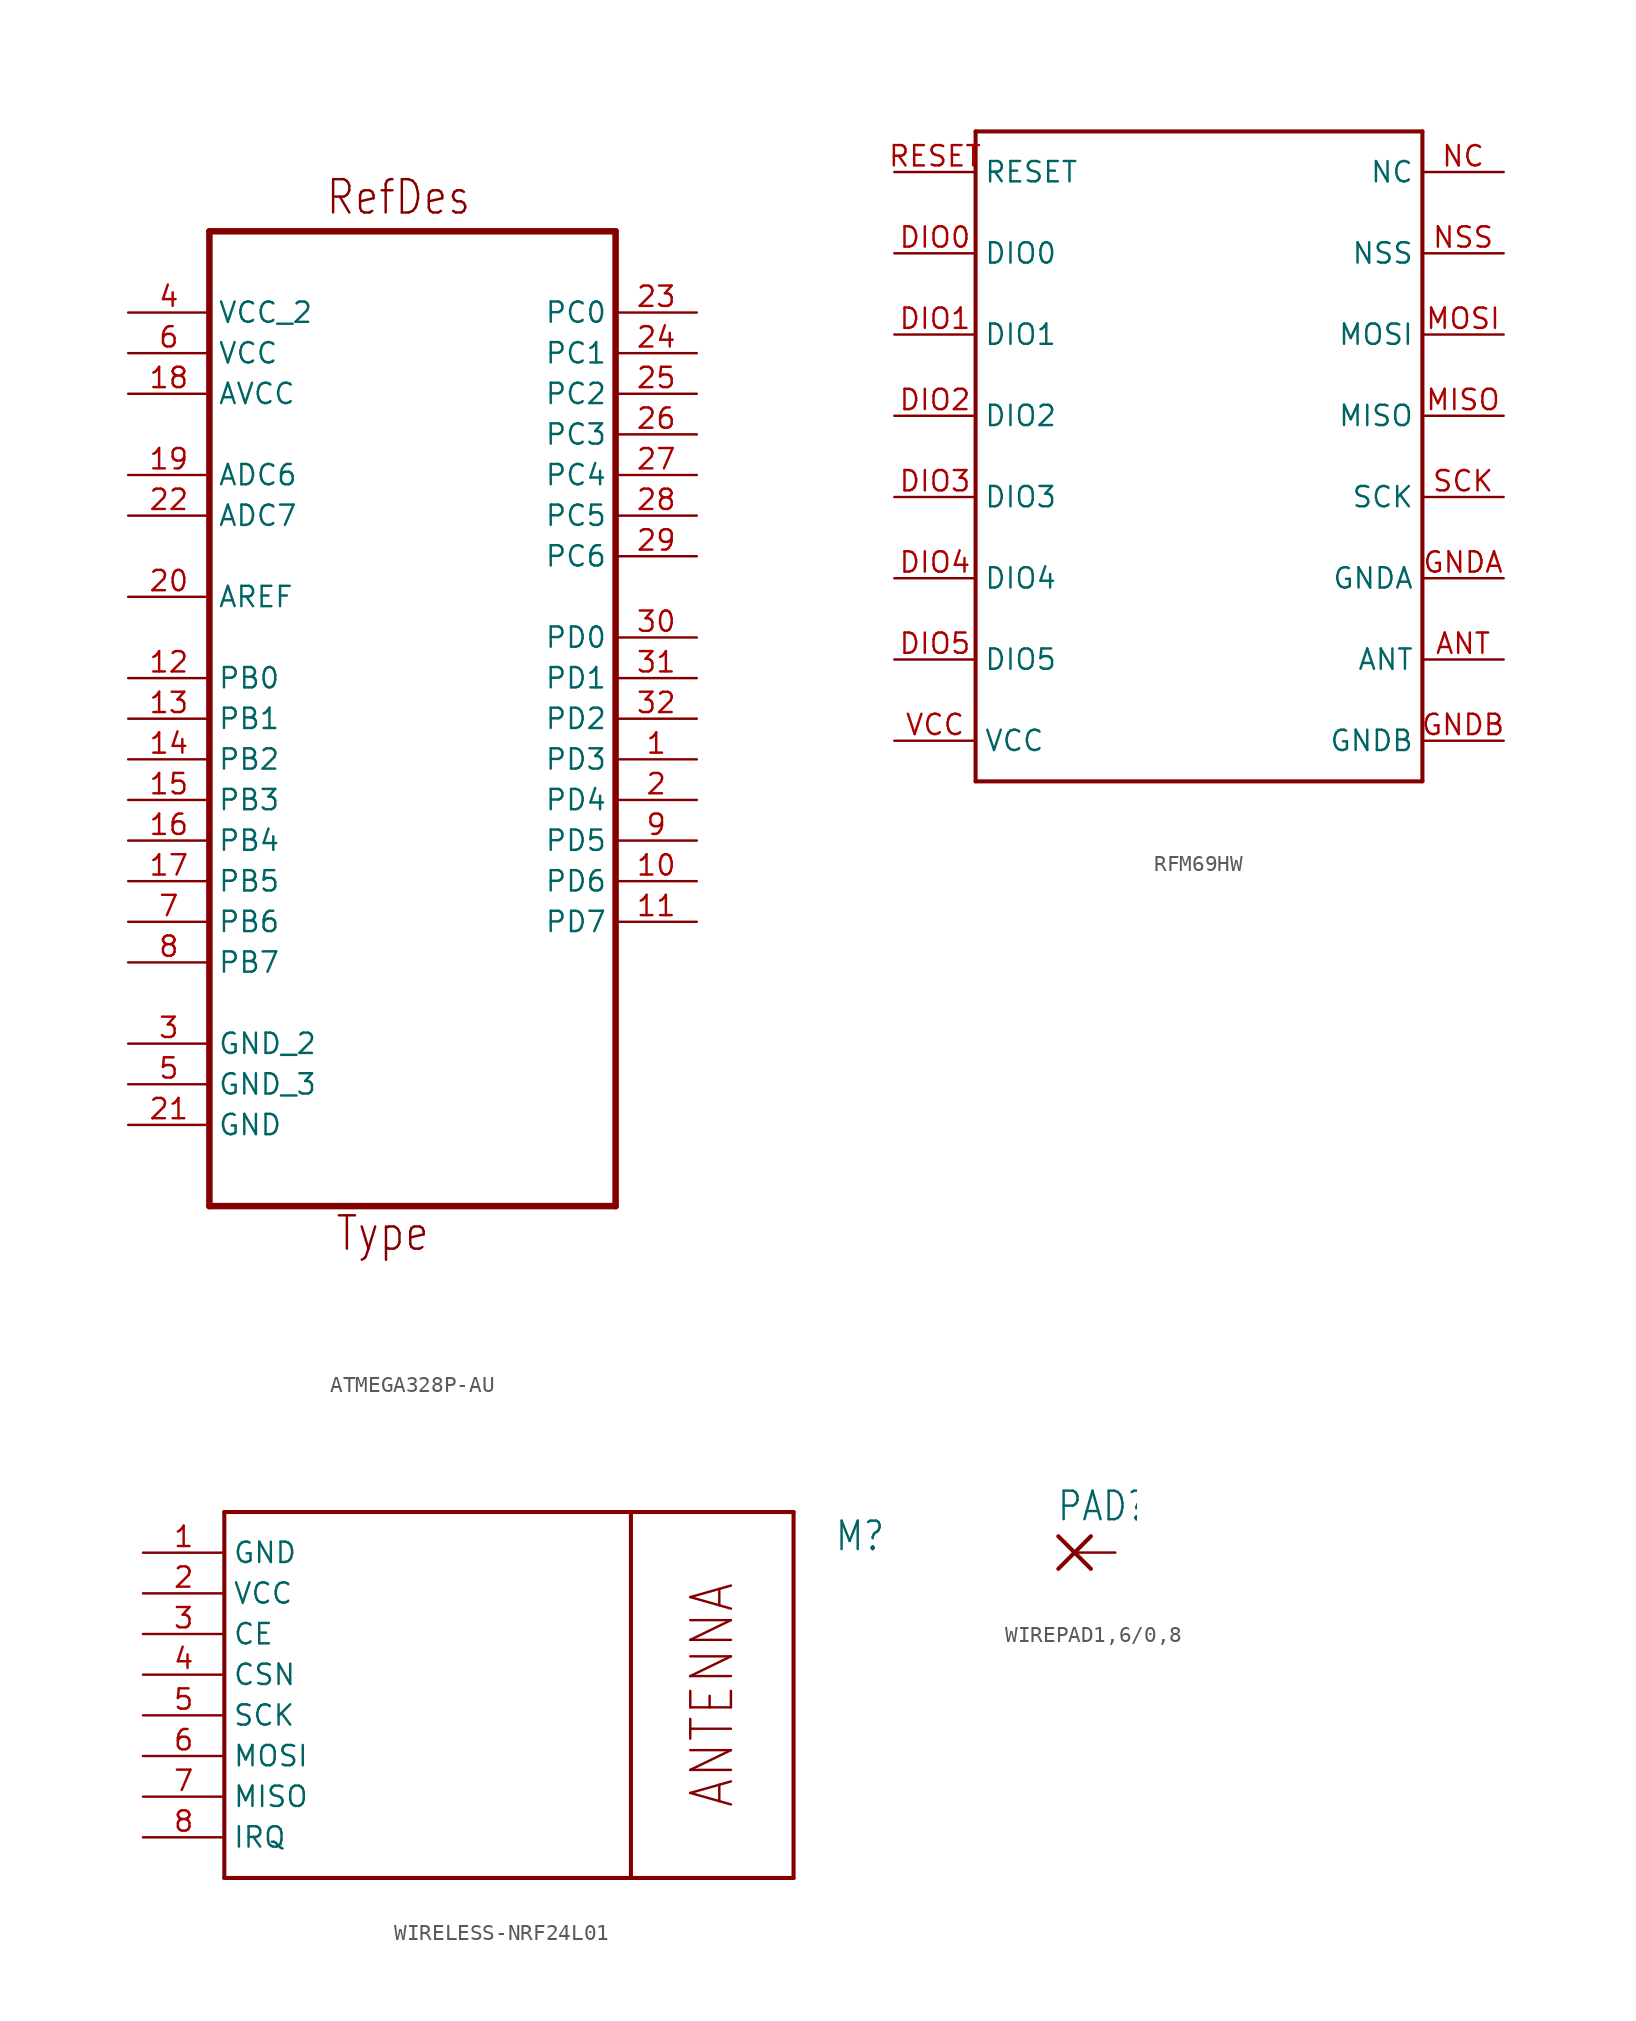
<source format=kicad_sym>
(kicad_symbol_lib
  (version 20220914)
  (generator kicad_symbol_editor)
  (symbol "ATMEGA328P-AU"
    (property "Reference" "U"
      (at 0 0 0)
      (effects (font (size 1.27 1.27)) hide))
    (property "ki_locked" ""
      (at 0 0 0)
      (effects (font (size 1.27 1.27))))
    (symbol "ATMEGA328P-AU_1_0"
      (polyline (pts (xy -12.7 -33.02) (xy 12.7 -33.02)) (stroke (width 0.406) (type solid)) (fill (type none)))
      (polyline (pts (xy -12.7 27.94) (xy -12.7 -33.02)) (stroke (width 0.406) (type solid)) (fill (type none)))
      (polyline (pts (xy 12.7 -33.02) (xy 12.7 27.94)) (stroke (width 0.406) (type solid)) (fill (type none)))
      (polyline (pts (xy 12.7 27.94) (xy -12.7 27.94)) (stroke (width 0.406) (type solid)) (fill (type none)))
      (text "RefDes" (at -5.486 28.854 0) (effects (font (size 2.083 1.77)) (justify left bottom)))
      (text "Type" (at -4.877 -35.941 0) (effects (font (size 2.083 1.77)) (justify left bottom)))
      (pin bidirectional line (at 17.78 -5.08 180) (length 5.08) (name "PD3" (effects (font (size 1.27 1.27)))) (number "1" (effects (font (size 1.27 1.27)))))
      (pin bidirectional line (at 17.78 -12.7 180) (length 5.08) (name "PD6" (effects (font (size 1.27 1.27)))) (number "10" (effects (font (size 1.27 1.27)))))
      (pin bidirectional line (at 17.78 -15.24 180) (length 5.08) (name "PD7" (effects (font (size 1.27 1.27)))) (number "11" (effects (font (size 1.27 1.27)))))
      (pin bidirectional line (at -17.78 0 0) (length 5.08) (name "PB0" (effects (font (size 1.27 1.27)))) (number "12" (effects (font (size 1.27 1.27)))))
      (pin bidirectional line (at -17.78 -2.54 0) (length 5.08) (name "PB1" (effects (font (size 1.27 1.27)))) (number "13" (effects (font (size 1.27 1.27)))))
      (pin bidirectional line (at -17.78 -5.08 0) (length 5.08) (name "PB2" (effects (font (size 1.27 1.27)))) (number "14" (effects (font (size 1.27 1.27)))))
      (pin bidirectional line (at -17.78 -7.62 0) (length 5.08) (name "PB3" (effects (font (size 1.27 1.27)))) (number "15" (effects (font (size 1.27 1.27)))))
      (pin bidirectional line (at -17.78 -10.16 0) (length 5.08) (name "PB4" (effects (font (size 1.27 1.27)))) (number "16" (effects (font (size 1.27 1.27)))))
      (pin bidirectional line (at -17.78 -12.7 0) (length 5.08) (name "PB5" (effects (font (size 1.27 1.27)))) (number "17" (effects (font (size 1.27 1.27)))))
      (pin power_in line (at -17.78 17.78 0) (length 5.08) (name "AVCC" (effects (font (size 1.27 1.27)))) (number "18" (effects (font (size 1.27 1.27)))))
      (pin input line (at -17.78 12.7 0) (length 5.08) (name "ADC6" (effects (font (size 1.27 1.27)))) (number "19" (effects (font (size 1.27 1.27)))))
      (pin bidirectional line (at 17.78 -7.62 180) (length 5.08) (name "PD4" (effects (font (size 1.27 1.27)))) (number "2" (effects (font (size 1.27 1.27)))))
      (pin input line (at -17.78 5.08 0) (length 5.08) (name "AREF" (effects (font (size 1.27 1.27)))) (number "20" (effects (font (size 1.27 1.27)))))
      (pin passive line (at -17.78 -27.94 0) (length 5.08) (name "GND" (effects (font (size 1.27 1.27)))) (number "21" (effects (font (size 1.27 1.27)))))
      (pin input line (at -17.78 10.16 0) (length 5.08) (name "ADC7" (effects (font (size 1.27 1.27)))) (number "22" (effects (font (size 1.27 1.27)))))
      (pin bidirectional line (at 17.78 22.86 180) (length 5.08) (name "PC0" (effects (font (size 1.27 1.27)))) (number "23" (effects (font (size 1.27 1.27)))))
      (pin bidirectional line (at 17.78 20.32 180) (length 5.08) (name "PC1" (effects (font (size 1.27 1.27)))) (number "24" (effects (font (size 1.27 1.27)))))
      (pin bidirectional line (at 17.78 17.78 180) (length 5.08) (name "PC2" (effects (font (size 1.27 1.27)))) (number "25" (effects (font (size 1.27 1.27)))))
      (pin bidirectional line (at 17.78 15.24 180) (length 5.08) (name "PC3" (effects (font (size 1.27 1.27)))) (number "26" (effects (font (size 1.27 1.27)))))
      (pin bidirectional line (at 17.78 12.7 180) (length 5.08) (name "PC4" (effects (font (size 1.27 1.27)))) (number "27" (effects (font (size 1.27 1.27)))))
      (pin bidirectional line (at 17.78 10.16 180) (length 5.08) (name "PC5" (effects (font (size 1.27 1.27)))) (number "28" (effects (font (size 1.27 1.27)))))
      (pin bidirectional line (at 17.78 7.62 180) (length 5.08) (name "PC6" (effects (font (size 1.27 1.27)))) (number "29" (effects (font (size 1.27 1.27)))))
      (pin passive line (at -17.78 -22.86 0) (length 5.08) (name "GND_2" (effects (font (size 1.27 1.27)))) (number "3" (effects (font (size 1.27 1.27)))))
      (pin bidirectional line (at 17.78 2.54 180) (length 5.08) (name "PD0" (effects (font (size 1.27 1.27)))) (number "30" (effects (font (size 1.27 1.27)))))
      (pin bidirectional line (at 17.78 0 180) (length 5.08) (name "PD1" (effects (font (size 1.27 1.27)))) (number "31" (effects (font (size 1.27 1.27)))))
      (pin bidirectional line (at 17.78 -2.54 180) (length 5.08) (name "PD2" (effects (font (size 1.27 1.27)))) (number "32" (effects (font (size 1.27 1.27)))))
      (pin power_in line (at -17.78 22.86 0) (length 5.08) (name "VCC_2" (effects (font (size 1.27 1.27)))) (number "4" (effects (font (size 1.27 1.27)))))
      (pin passive line (at -17.78 -25.4 0) (length 5.08) (name "GND_3" (effects (font (size 1.27 1.27)))) (number "5" (effects (font (size 1.27 1.27)))))
      (pin power_in line (at -17.78 20.32 0) (length 5.08) (name "VCC" (effects (font (size 1.27 1.27)))) (number "6" (effects (font (size 1.27 1.27)))))
      (pin bidirectional line (at -17.78 -15.24 0) (length 5.08) (name "PB6" (effects (font (size 1.27 1.27)))) (number "7" (effects (font (size 1.27 1.27)))))
      (pin bidirectional line (at -17.78 -17.78 0) (length 5.08) (name "PB7" (effects (font (size 1.27 1.27)))) (number "8" (effects (font (size 1.27 1.27)))))
      (pin bidirectional line (at 17.78 -10.16 180) (length 5.08) (name "PD5" (effects (font (size 1.27 1.27)))) (number "9" (effects (font (size 1.27 1.27)))))))
  (symbol "RFM69HW"
    (property "Reference" ""
      (at 0 0 0)
      (effects (font (size 1.27 1.27)) hide))
    (property "ki_locked" ""
      (at 0 0 0)
      (effects (font (size 1.27 1.27))))
    (symbol "RFM69HW_1_0"
      (polyline (pts (xy -15.24 -33.02) (xy 12.7 -33.02)) (stroke (width 0.254) (type solid)) (fill (type none)))
      (polyline (pts (xy -15.24 7.62) (xy -15.24 -33.02)) (stroke (width 0.254) (type solid)) (fill (type none)))
      (polyline (pts (xy 12.7 -33.02) (xy 12.7 7.62)) (stroke (width 0.254) (type solid)) (fill (type none)))
      (polyline (pts (xy 12.7 7.62) (xy -15.24 7.62)) (stroke (width 0.254) (type solid)) (fill (type none)))
      (pin bidirectional line (at 17.78 -25.4 180) (length 5.08) (name "ANT" (effects (font (size 1.27 1.27)))) (number "ANT" (effects (font (size 1.27 1.27)))))
      (pin bidirectional line (at -20.32 0 0) (length 5.08) (name "DIO0" (effects (font (size 1.27 1.27)))) (number "DIO0" (effects (font (size 1.27 1.27)))))
      (pin bidirectional line (at -20.32 -5.08 0) (length 5.08) (name "DIO1" (effects (font (size 1.27 1.27)))) (number "DIO1" (effects (font (size 1.27 1.27)))))
      (pin bidirectional line (at -20.32 -10.16 0) (length 5.08) (name "DIO2" (effects (font (size 1.27 1.27)))) (number "DIO2" (effects (font (size 1.27 1.27)))))
      (pin bidirectional line (at -20.32 -15.24 0) (length 5.08) (name "DIO3" (effects (font (size 1.27 1.27)))) (number "DIO3" (effects (font (size 1.27 1.27)))))
      (pin bidirectional line (at -20.32 -20.32 0) (length 5.08) (name "DIO4" (effects (font (size 1.27 1.27)))) (number "DIO4" (effects (font (size 1.27 1.27)))))
      (pin bidirectional line (at -20.32 -25.4 0) (length 5.08) (name "DIO5" (effects (font (size 1.27 1.27)))) (number "DIO5" (effects (font (size 1.27 1.27)))))
      (pin bidirectional line (at 17.78 -20.32 180) (length 5.08) (name "GNDA" (effects (font (size 1.27 1.27)))) (number "GNDA" (effects (font (size 1.27 1.27)))))
      (pin bidirectional line (at 17.78 -30.48 180) (length 5.08) (name "GNDB" (effects (font (size 1.27 1.27)))) (number "GNDB" (effects (font (size 1.27 1.27)))))
      (pin bidirectional line (at 17.78 -10.16 180) (length 5.08) (name "MISO" (effects (font (size 1.27 1.27)))) (number "MISO" (effects (font (size 1.27 1.27)))))
      (pin bidirectional line (at 17.78 -5.08 180) (length 5.08) (name "MOSI" (effects (font (size 1.27 1.27)))) (number "MOSI" (effects (font (size 1.27 1.27)))))
      (pin bidirectional line (at 17.78 5.08 180) (length 5.08) (name "NC" (effects (font (size 1.27 1.27)))) (number "NC" (effects (font (size 1.27 1.27)))))
      (pin bidirectional line (at 17.78 0 180) (length 5.08) (name "NSS" (effects (font (size 1.27 1.27)))) (number "NSS" (effects (font (size 1.27 1.27)))))
      (pin bidirectional line (at -20.32 5.08 0) (length 5.08) (name "RESET" (effects (font (size 1.27 1.27)))) (number "RESET" (effects (font (size 1.27 1.27)))))
      (pin bidirectional line (at 17.78 -15.24 180) (length 5.08) (name "SCK" (effects (font (size 1.27 1.27)))) (number "SCK" (effects (font (size 1.27 1.27)))))
      (pin bidirectional line (at -20.32 -30.48 0) (length 5.08) (name "VCC" (effects (font (size 1.27 1.27)))) (number "VCC" (effects (font (size 1.27 1.27)))))))
  (symbol "WIRELESS-NRF24L01"
    (property "Reference" "M"
      (at 20.32 10.16 0)
      (effects (font (size 1.778 1.511)) (justify left bottom)))
    (property "Value" ""
      (at 20.32 7.62 0)
      (effects (font (size 1.778 1.511)) (justify left bottom)))
    (property "ki_locked" ""
      (at 0 0 0)
      (effects (font (size 1.27 1.27))))
    (symbol "WIRELESS-NRF24L01_1_0"
      (polyline (pts (xy -17.78 -10.16) (xy -17.78 12.7)) (stroke (width 0.254) (type solid)) (fill (type none)))
      (polyline (pts (xy -17.78 12.7) (xy 7.62 12.7)) (stroke (width 0.254) (type solid)) (fill (type none)))
      (polyline (pts (xy 7.62 -10.16) (xy -17.78 -10.16)) (stroke (width 0.254) (type solid)) (fill (type none)))
      (polyline (pts (xy 7.62 12.7) (xy 7.62 -10.16)) (stroke (width 0.254) (type solid)) (fill (type none)))
      (polyline (pts (xy 7.62 12.7) (xy 17.78 12.7)) (stroke (width 0.254) (type solid)) (fill (type none)))
      (polyline (pts (xy 17.78 -10.16) (xy 7.62 -10.16)) (stroke (width 0.254) (type solid)) (fill (type none)))
      (polyline (pts (xy 17.78 12.7) (xy 17.78 -10.16)) (stroke (width 0.254) (type solid)) (fill (type none)))
      (text "ANTENNA" (at 12.7 1.27 900) (effects (font (size 2.54 2.159))))
      (pin power_in line (at -22.86 10.16 0) (length 5.08) (name "GND" (effects (font (size 1.27 1.27)))) (number "1" (effects (font (size 1.27 1.27)))))
      (pin power_in line (at -22.86 7.62 0) (length 5.08) (name "VCC" (effects (font (size 1.27 1.27)))) (number "2" (effects (font (size 1.27 1.27)))))
      (pin bidirectional line (at -22.86 5.08 0) (length 5.08) (name "CE" (effects (font (size 1.27 1.27)))) (number "3" (effects (font (size 1.27 1.27)))))
      (pin bidirectional line (at -22.86 2.54 0) (length 5.08) (name "CSN" (effects (font (size 1.27 1.27)))) (number "4" (effects (font (size 1.27 1.27)))))
      (pin bidirectional line (at -22.86 0 0) (length 5.08) (name "SCK" (effects (font (size 1.27 1.27)))) (number "5" (effects (font (size 1.27 1.27)))))
      (pin bidirectional line (at -22.86 -2.54 0) (length 5.08) (name "MOSI" (effects (font (size 1.27 1.27)))) (number "6" (effects (font (size 1.27 1.27)))))
      (pin bidirectional line (at -22.86 -5.08 0) (length 5.08) (name "MISO" (effects (font (size 1.27 1.27)))) (number "7" (effects (font (size 1.27 1.27)))))
      (pin bidirectional line (at -22.86 -7.62 0) (length 5.08) (name "IRQ" (effects (font (size 1.27 1.27)))) (number "8" (effects (font (size 1.27 1.27)))))))
  (symbol "WIREPAD1,6/0,8"
    (property "Reference" "PAD"
      (at -1.143 1.854 0)
      (effects (font (size 1.778 1.511)) (justify left bottom)))
    (property "Value" ""
      (at -1.143 -3.302 0)
      (effects (font (size 1.778 1.511)) (justify left bottom)))
    (property "ki_locked" ""
      (at 0 0 0)
      (effects (font (size 1.27 1.27))))
    (symbol "WIREPAD1,6/0,8_1_0"
      (polyline (pts (xy -1.016 -1.016) (xy 1.016 1.016)) (stroke (width 0.254) (type solid)) (fill (type none)))
      (polyline (pts (xy -1.016 1.016) (xy 1.016 -1.016)) (stroke (width 0.254) (type solid)) (fill (type none)))
      (pin passive line (at 2.54 0 180) (length 2.54) (name "P" (effects (font (size 0 0)))) (number "1" (effects (font (size 0 0))))))))
</source>
